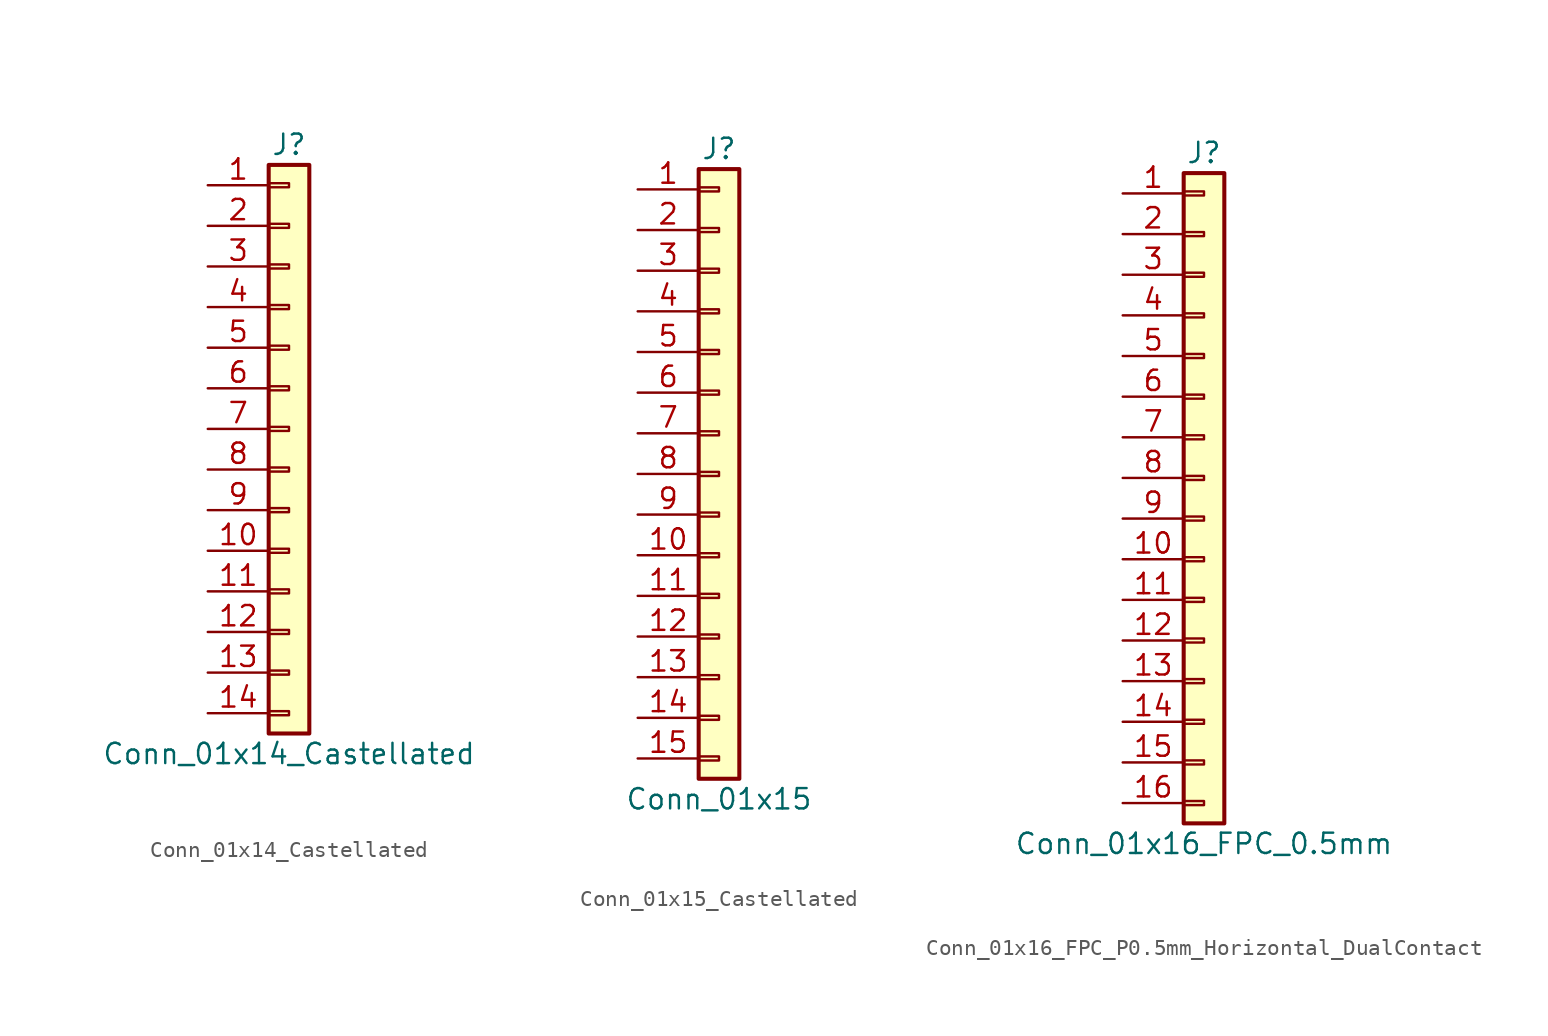
<source format=kicad_sym>
(kicad_symbol_lib
  (version 20241209)
  (generator "kicad_symbol_editor")
  (generator_version "9.0")
  (symbol "Conn_01x14_Castellated"
    (pin_names
      (offset 1.016)
      (hide yes))
    (property "Reference" "J"
      (at 0 17.78 0)
      (effects (font (size 1.27 1.27))))
    (property "Value" "Conn_01x14_Castellated"
      (at 0 -20.32 0)
      (effects (font (size 1.27 1.27))))
    (symbol "Conn_01x14_Castellated_1_1"
      (rectangle (start -1.27 16.51) (end 1.27 -19.05) (stroke (width 0.254) (type default)) (fill (type background)))
      (rectangle (start -1.27 15.367) (end 0 15.113) (stroke (width 0.152) (type default)) (fill (type none)))
      (rectangle (start -1.27 12.827) (end 0 12.573) (stroke (width 0.152) (type default)) (fill (type none)))
      (rectangle (start -1.27 10.287) (end 0 10.033) (stroke (width 0.152) (type default)) (fill (type none)))
      (rectangle (start -1.27 7.747) (end 0 7.493) (stroke (width 0.152) (type default)) (fill (type none)))
      (rectangle (start -1.27 5.207) (end 0 4.953) (stroke (width 0.152) (type default)) (fill (type none)))
      (rectangle (start -1.27 2.667) (end 0 2.413) (stroke (width 0.152) (type default)) (fill (type none)))
      (rectangle (start -1.27 0.127) (end 0 -0.127) (stroke (width 0.152) (type default)) (fill (type none)))
      (rectangle (start -1.27 -2.413) (end 0 -2.667) (stroke (width 0.152) (type default)) (fill (type none)))
      (rectangle (start -1.27 -4.953) (end 0 -5.207) (stroke (width 0.152) (type default)) (fill (type none)))
      (rectangle (start -1.27 -7.493) (end 0 -7.747) (stroke (width 0.152) (type default)) (fill (type none)))
      (rectangle (start -1.27 -10.033) (end 0 -10.287) (stroke (width 0.152) (type default)) (fill (type none)))
      (rectangle (start -1.27 -12.573) (end 0 -12.827) (stroke (width 0.152) (type default)) (fill (type none)))
      (rectangle (start -1.27 -15.113) (end 0 -15.367) (stroke (width 0.152) (type default)) (fill (type none)))
      (rectangle (start -1.27 -17.653) (end 0 -17.907) (stroke (width 0.152) (type default)) (fill (type none)))
      (pin passive line (at -5.08 15.24 0) (length 3.81) (name "Pin_1" (effects (font (size 1.27 1.27)))) (number "1" (effects (font (size 1.27 1.27)))))
      (pin passive line (at -5.08 12.7 0) (length 3.81) (name "Pin_2" (effects (font (size 1.27 1.27)))) (number "2" (effects (font (size 1.27 1.27)))))
      (pin passive line (at -5.08 10.16 0) (length 3.81) (name "Pin_3" (effects (font (size 1.27 1.27)))) (number "3" (effects (font (size 1.27 1.27)))))
      (pin passive line (at -5.08 7.62 0) (length 3.81) (name "Pin_4" (effects (font (size 1.27 1.27)))) (number "4" (effects (font (size 1.27 1.27)))))
      (pin passive line (at -5.08 5.08 0) (length 3.81) (name "Pin_5" (effects (font (size 1.27 1.27)))) (number "5" (effects (font (size 1.27 1.27)))))
      (pin passive line (at -5.08 2.54 0) (length 3.81) (name "Pin_6" (effects (font (size 1.27 1.27)))) (number "6" (effects (font (size 1.27 1.27)))))
      (pin passive line (at -5.08 0 0) (length 3.81) (name "Pin_7" (effects (font (size 1.27 1.27)))) (number "7" (effects (font (size 1.27 1.27)))))
      (pin passive line (at -5.08 -2.54 0) (length 3.81) (name "Pin_8" (effects (font (size 1.27 1.27)))) (number "8" (effects (font (size 1.27 1.27)))))
      (pin passive line (at -5.08 -5.08 0) (length 3.81) (name "Pin_9" (effects (font (size 1.27 1.27)))) (number "9" (effects (font (size 1.27 1.27)))))
      (pin passive line (at -5.08 -7.62 0) (length 3.81) (name "Pin_10" (effects (font (size 1.27 1.27)))) (number "10" (effects (font (size 1.27 1.27)))))
      (pin passive line (at -5.08 -10.16 0) (length 3.81) (name "Pin_11" (effects (font (size 1.27 1.27)))) (number "11" (effects (font (size 1.27 1.27)))))
      (pin passive line (at -5.08 -12.7 0) (length 3.81) (name "Pin_12" (effects (font (size 1.27 1.27)))) (number "12" (effects (font (size 1.27 1.27)))))
      (pin passive line (at -5.08 -15.24 0) (length 3.81) (name "Pin_13" (effects (font (size 1.27 1.27)))) (number "13" (effects (font (size 1.27 1.27)))))
      (pin passive line (at -5.08 -17.78 0) (length 3.81) (name "Pin_14" (effects (font (size 1.27 1.27)))) (number "14" (effects (font (size 1.27 1.27)))))))
  (symbol "Conn_01x15_Castellated"
    (pin_names
      (offset 1.016)
      (hide yes))
    (property "Reference" "J"
      (at 0 20.32 0)
      (effects (font (size 1.27 1.27))))
    (property "Value" "Conn_01x15"
      (at 0 -20.32 0)
      (effects (font (size 1.27 1.27))))
    (symbol "Conn_01x15_Castellated_1_1"
      (rectangle (start -1.27 19.05) (end 1.27 -19.05) (stroke (width 0.254) (type default)) (fill (type background)))
      (rectangle (start -1.27 17.907) (end 0 17.653) (stroke (width 0.152) (type default)) (fill (type none)))
      (rectangle (start -1.27 15.367) (end 0 15.113) (stroke (width 0.152) (type default)) (fill (type none)))
      (rectangle (start -1.27 12.827) (end 0 12.573) (stroke (width 0.152) (type default)) (fill (type none)))
      (rectangle (start -1.27 10.287) (end 0 10.033) (stroke (width 0.152) (type default)) (fill (type none)))
      (rectangle (start -1.27 7.747) (end 0 7.493) (stroke (width 0.152) (type default)) (fill (type none)))
      (rectangle (start -1.27 5.207) (end 0 4.953) (stroke (width 0.152) (type default)) (fill (type none)))
      (rectangle (start -1.27 2.667) (end 0 2.413) (stroke (width 0.152) (type default)) (fill (type none)))
      (rectangle (start -1.27 0.127) (end 0 -0.127) (stroke (width 0.152) (type default)) (fill (type none)))
      (rectangle (start -1.27 -2.413) (end 0 -2.667) (stroke (width 0.152) (type default)) (fill (type none)))
      (rectangle (start -1.27 -4.953) (end 0 -5.207) (stroke (width 0.152) (type default)) (fill (type none)))
      (rectangle (start -1.27 -7.493) (end 0 -7.747) (stroke (width 0.152) (type default)) (fill (type none)))
      (rectangle (start -1.27 -10.033) (end 0 -10.287) (stroke (width 0.152) (type default)) (fill (type none)))
      (rectangle (start -1.27 -12.573) (end 0 -12.827) (stroke (width 0.152) (type default)) (fill (type none)))
      (rectangle (start -1.27 -15.113) (end 0 -15.367) (stroke (width 0.152) (type default)) (fill (type none)))
      (rectangle (start -1.27 -17.653) (end 0 -17.907) (stroke (width 0.152) (type default)) (fill (type none)))
      (pin passive line (at -5.08 17.78 0) (length 3.81) (name "Pin_1" (effects (font (size 1.27 1.27)))) (number "1" (effects (font (size 1.27 1.27)))))
      (pin passive line (at -5.08 15.24 0) (length 3.81) (name "Pin_2" (effects (font (size 1.27 1.27)))) (number "2" (effects (font (size 1.27 1.27)))))
      (pin passive line (at -5.08 12.7 0) (length 3.81) (name "Pin_3" (effects (font (size 1.27 1.27)))) (number "3" (effects (font (size 1.27 1.27)))))
      (pin passive line (at -5.08 10.16 0) (length 3.81) (name "Pin_4" (effects (font (size 1.27 1.27)))) (number "4" (effects (font (size 1.27 1.27)))))
      (pin passive line (at -5.08 7.62 0) (length 3.81) (name "Pin_5" (effects (font (size 1.27 1.27)))) (number "5" (effects (font (size 1.27 1.27)))))
      (pin passive line (at -5.08 5.08 0) (length 3.81) (name "Pin_6" (effects (font (size 1.27 1.27)))) (number "6" (effects (font (size 1.27 1.27)))))
      (pin passive line (at -5.08 2.54 0) (length 3.81) (name "Pin_7" (effects (font (size 1.27 1.27)))) (number "7" (effects (font (size 1.27 1.27)))))
      (pin passive line (at -5.08 0 0) (length 3.81) (name "Pin_8" (effects (font (size 1.27 1.27)))) (number "8" (effects (font (size 1.27 1.27)))))
      (pin passive line (at -5.08 -2.54 0) (length 3.81) (name "Pin_9" (effects (font (size 1.27 1.27)))) (number "9" (effects (font (size 1.27 1.27)))))
      (pin passive line (at -5.08 -5.08 0) (length 3.81) (name "Pin_10" (effects (font (size 1.27 1.27)))) (number "10" (effects (font (size 1.27 1.27)))))
      (pin passive line (at -5.08 -7.62 0) (length 3.81) (name "Pin_11" (effects (font (size 1.27 1.27)))) (number "11" (effects (font (size 1.27 1.27)))))
      (pin passive line (at -5.08 -10.16 0) (length 3.81) (name "Pin_12" (effects (font (size 1.27 1.27)))) (number "12" (effects (font (size 1.27 1.27)))))
      (pin passive line (at -5.08 -12.7 0) (length 3.81) (name "Pin_13" (effects (font (size 1.27 1.27)))) (number "13" (effects (font (size 1.27 1.27)))))
      (pin passive line (at -5.08 -15.24 0) (length 3.81) (name "Pin_14" (effects (font (size 1.27 1.27)))) (number "14" (effects (font (size 1.27 1.27)))))
      (pin passive line (at -5.08 -17.78 0) (length 3.81) (name "Pin_15" (effects (font (size 1.27 1.27)))) (number "15" (effects (font (size 1.27 1.27)))))))
  (symbol "Conn_01x16_FPC_P0.5mm_Horizontal_DualContact"
    (pin_names
      (offset 1.016)
      (hide yes))
    (property "Reference" "J"
      (at 0 20.32 0)
      (effects (font (size 1.27 1.27))))
    (property "Value" "Conn_01x16_FPC_0.5mm"
      (at 0 -22.86 0)
      (effects (font (size 1.27 1.27))))
    (symbol "Conn_01x16_FPC_P0.5mm_Horizontal_DualContact_1_1"
      (rectangle (start -1.27 19.05) (end 1.27 -21.59) (stroke (width 0.254) (type default)) (fill (type background)))
      (rectangle (start -1.27 17.907) (end 0 17.653) (stroke (width 0.152) (type default)) (fill (type none)))
      (rectangle (start -1.27 15.367) (end 0 15.113) (stroke (width 0.152) (type default)) (fill (type none)))
      (rectangle (start -1.27 12.827) (end 0 12.573) (stroke (width 0.152) (type default)) (fill (type none)))
      (rectangle (start -1.27 10.287) (end 0 10.033) (stroke (width 0.152) (type default)) (fill (type none)))
      (rectangle (start -1.27 7.747) (end 0 7.493) (stroke (width 0.152) (type default)) (fill (type none)))
      (rectangle (start -1.27 5.207) (end 0 4.953) (stroke (width 0.152) (type default)) (fill (type none)))
      (rectangle (start -1.27 2.667) (end 0 2.413) (stroke (width 0.152) (type default)) (fill (type none)))
      (rectangle (start -1.27 0.127) (end 0 -0.127) (stroke (width 0.152) (type default)) (fill (type none)))
      (rectangle (start -1.27 -2.413) (end 0 -2.667) (stroke (width 0.152) (type default)) (fill (type none)))
      (rectangle (start -1.27 -4.953) (end 0 -5.207) (stroke (width 0.152) (type default)) (fill (type none)))
      (rectangle (start -1.27 -7.493) (end 0 -7.747) (stroke (width 0.152) (type default)) (fill (type none)))
      (rectangle (start -1.27 -10.033) (end 0 -10.287) (stroke (width 0.152) (type default)) (fill (type none)))
      (rectangle (start -1.27 -12.573) (end 0 -12.827) (stroke (width 0.152) (type default)) (fill (type none)))
      (rectangle (start -1.27 -15.113) (end 0 -15.367) (stroke (width 0.152) (type default)) (fill (type none)))
      (rectangle (start -1.27 -17.653) (end 0 -17.907) (stroke (width 0.152) (type default)) (fill (type none)))
      (rectangle (start -1.27 -20.193) (end 0 -20.447) (stroke (width 0.152) (type default)) (fill (type none)))
      (pin passive line (at -5.08 17.78 0) (length 3.81) (name "Pin_1" (effects (font (size 1.27 1.27)))) (number "1" (effects (font (size 1.27 1.27)))))
      (pin passive line (at -5.08 15.24 0) (length 3.81) (name "Pin_2" (effects (font (size 1.27 1.27)))) (number "2" (effects (font (size 1.27 1.27)))))
      (pin passive line (at -5.08 12.7 0) (length 3.81) (name "Pin_3" (effects (font (size 1.27 1.27)))) (number "3" (effects (font (size 1.27 1.27)))))
      (pin passive line (at -5.08 10.16 0) (length 3.81) (name "Pin_4" (effects (font (size 1.27 1.27)))) (number "4" (effects (font (size 1.27 1.27)))))
      (pin passive line (at -5.08 7.62 0) (length 3.81) (name "Pin_5" (effects (font (size 1.27 1.27)))) (number "5" (effects (font (size 1.27 1.27)))))
      (pin passive line (at -5.08 5.08 0) (length 3.81) (name "Pin_6" (effects (font (size 1.27 1.27)))) (number "6" (effects (font (size 1.27 1.27)))))
      (pin passive line (at -5.08 2.54 0) (length 3.81) (name "Pin_7" (effects (font (size 1.27 1.27)))) (number "7" (effects (font (size 1.27 1.27)))))
      (pin passive line (at -5.08 0 0) (length 3.81) (name "Pin_8" (effects (font (size 1.27 1.27)))) (number "8" (effects (font (size 1.27 1.27)))))
      (pin passive line (at -5.08 -2.54 0) (length 3.81) (name "Pin_9" (effects (font (size 1.27 1.27)))) (number "9" (effects (font (size 1.27 1.27)))))
      (pin passive line (at -5.08 -5.08 0) (length 3.81) (name "Pin_10" (effects (font (size 1.27 1.27)))) (number "10" (effects (font (size 1.27 1.27)))))
      (pin passive line (at -5.08 -7.62 0) (length 3.81) (name "Pin_11" (effects (font (size 1.27 1.27)))) (number "11" (effects (font (size 1.27 1.27)))))
      (pin passive line (at -5.08 -10.16 0) (length 3.81) (name "Pin_12" (effects (font (size 1.27 1.27)))) (number "12" (effects (font (size 1.27 1.27)))))
      (pin passive line (at -5.08 -12.7 0) (length 3.81) (name "Pin_13" (effects (font (size 1.27 1.27)))) (number "13" (effects (font (size 1.27 1.27)))))
      (pin passive line (at -5.08 -15.24 0) (length 3.81) (name "Pin_14" (effects (font (size 1.27 1.27)))) (number "14" (effects (font (size 1.27 1.27)))))
      (pin passive line (at -5.08 -17.78 0) (length 3.81) (name "Pin_15" (effects (font (size 1.27 1.27)))) (number "15" (effects (font (size 1.27 1.27)))))
      (pin passive line (at -5.08 -20.32 0) (length 3.81) (name "Pin_16" (effects (font (size 1.27 1.27)))) (number "16" (effects (font (size 1.27 1.27))))))))
</source>
